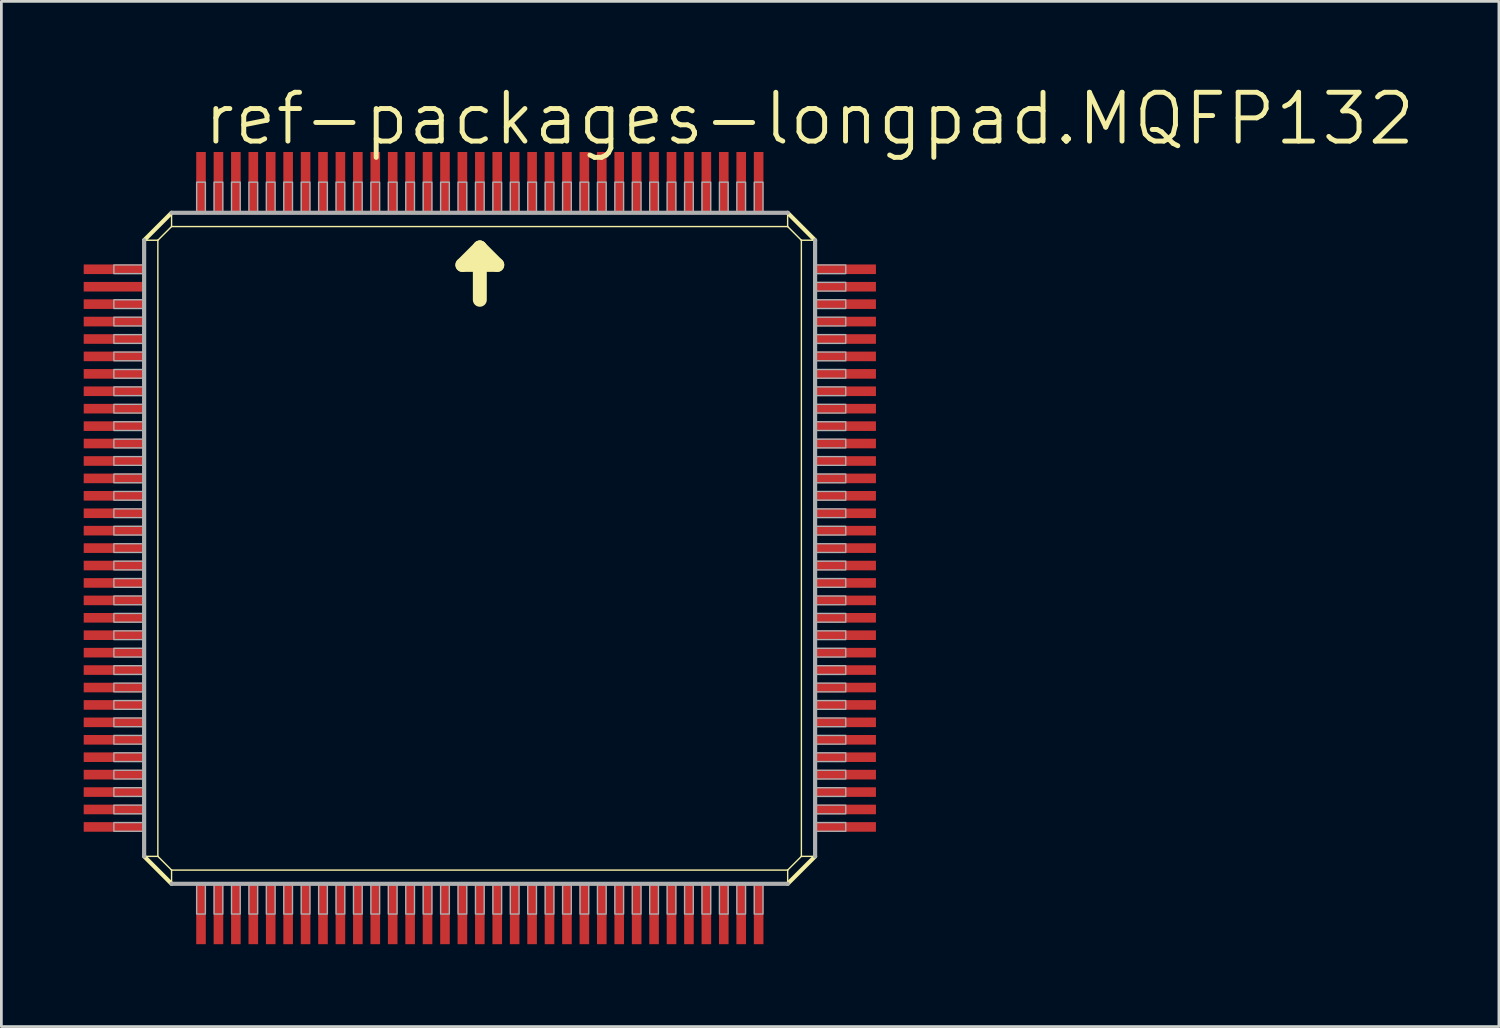
<source format=kicad_pcb>
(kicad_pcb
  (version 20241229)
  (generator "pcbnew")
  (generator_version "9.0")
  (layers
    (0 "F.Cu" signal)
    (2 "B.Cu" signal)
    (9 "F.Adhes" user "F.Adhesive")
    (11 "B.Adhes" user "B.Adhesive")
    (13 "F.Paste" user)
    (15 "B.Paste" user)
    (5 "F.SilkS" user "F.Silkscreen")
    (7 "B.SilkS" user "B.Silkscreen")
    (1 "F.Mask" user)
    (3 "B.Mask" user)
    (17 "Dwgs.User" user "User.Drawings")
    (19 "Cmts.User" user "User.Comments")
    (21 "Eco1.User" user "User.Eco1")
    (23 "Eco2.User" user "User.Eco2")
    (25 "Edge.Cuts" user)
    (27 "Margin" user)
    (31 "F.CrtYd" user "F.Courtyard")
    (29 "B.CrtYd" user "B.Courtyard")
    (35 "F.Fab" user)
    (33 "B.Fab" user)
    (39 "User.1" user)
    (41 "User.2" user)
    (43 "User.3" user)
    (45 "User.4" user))
  (footprint "ref-packages-longpad.MQFP132"
    (layer "F.Cu")
    (at 14.435 16.288)
    (property "Reference" "ref-packages-longpad.MQFP132" (at -10.16 -13.97 0) (layer "F.SilkS") (effects (font (size 1.778 1.778) (thickness 0.18)) (justify left bottom)))
    (attr smd)
    (fp_line (start -12.233 -10.583) (end -11.733 -10.583) (stroke (width 0.051) (type default)) (layer "F.SilkS"))
    (fp_line (start -12.233 -10.583) (end -11.233 -11.583) (stroke (width 0.152) (type default)) (layer "F.SilkS"))
    (fp_line (start -12.233 11.868) (end -11.733 11.868) (stroke (width 0.051) (type default)) (layer "F.SilkS"))
    (fp_line (start -11.733 -10.583) (end -11.233 -11.083) (stroke (width 0.051) (type default)) (layer "F.SilkS"))
    (fp_line (start -11.733 11.868) (end -11.733 -10.583) (stroke (width 0.051) (type default)) (layer "F.SilkS"))
    (fp_line (start -11.233 -11.583) (end -11.233 -11.083) (stroke (width 0.051) (type default)) (layer "F.SilkS"))
    (fp_line (start -11.233 -11.083) (end 11.217 -11.083) (stroke (width 0.051) (type default)) (layer "F.SilkS"))
    (fp_line (start -11.233 12.368) (end -11.733 11.868) (stroke (width 0.051) (type default)) (layer "F.SilkS"))
    (fp_line (start -11.233 12.868) (end -12.233 11.868) (stroke (width 0.152) (type default)) (layer "F.SilkS"))
    (fp_line (start -11.233 12.868) (end -11.233 12.368) (stroke (width 0.051) (type default)) (layer "F.SilkS"))
    (fp_line (start -0.635 -9.684) (end 0 -10.319) (stroke (width 0.508) (type default)) (layer "F.SilkS"))
    (fp_line (start 0 -10.319) (end 0 -8.414) (stroke (width 0.508) (type default)) (layer "F.SilkS"))
    (fp_line (start 0 -10.319) (end 0.635 -9.684) (stroke (width 0.508) (type default)) (layer "F.SilkS"))
    (fp_line (start 0.635 -9.684) (end -0.635 -9.684) (stroke (width 0.508) (type default)) (layer "F.SilkS"))
    (fp_line (start 11.217 -11.583) (end 11.217 -11.083) (stroke (width 0.051) (type default)) (layer "F.SilkS"))
    (fp_line (start 11.217 -11.583) (end 12.217 -10.583) (stroke (width 0.152) (type default)) (layer "F.SilkS"))
    (fp_line (start 11.217 -11.083) (end 11.717 -10.583) (stroke (width 0.051) (type default)) (layer "F.SilkS"))
    (fp_line (start 11.218 12.368) (end -11.233 12.368) (stroke (width 0.051) (type default)) (layer "F.SilkS"))
    (fp_line (start 11.218 12.868) (end 11.218 12.368) (stroke (width 0.051) (type default)) (layer "F.SilkS"))
    (fp_line (start 11.717 -10.583) (end 11.718 11.868) (stroke (width 0.051) (type default)) (layer "F.SilkS"))
    (fp_line (start 11.718 11.868) (end 11.218 12.368) (stroke (width 0.051) (type default)) (layer "F.SilkS"))
    (fp_line (start 12.217 -10.583) (end 11.717 -10.583) (stroke (width 0.051) (type default)) (layer "F.SilkS"))
    (fp_line (start 12.218 11.868) (end 11.218 12.868) (stroke (width 0.152) (type default)) (layer "F.SilkS"))
    (fp_line (start 12.218 11.868) (end 11.718 11.868) (stroke (width 0.051) (type default)) (layer "F.SilkS"))
    (fp_line (start -12.233 11.868) (end -12.233 -10.583) (stroke (width 0.152) (type default)) (layer "F.Fab"))
    (fp_line (start -11.233 -11.583) (end 11.217 -11.583) (stroke (width 0.152) (type default)) (layer "F.Fab"))
    (fp_line (start 11.218 12.868) (end -11.233 12.868) (stroke (width 0.152) (type default)) (layer "F.Fab"))
    (fp_line (start 12.217 -10.583) (end 12.218 11.868) (stroke (width 0.152) (type default)) (layer "F.Fab"))
    (fp_rect (start -13.335 -9.366) (end -12.224 -9.684) (stroke (width 0.05) (type default)) (fill no) (layer "F.Fab"))
    (fp_rect (start -13.335 -8.096) (end -12.224 -8.414) (stroke (width 0.05) (type default)) (fill no) (layer "F.Fab"))
    (fp_rect (start -13.335 -7.461) (end -12.224 -7.779) (stroke (width 0.05) (type default)) (fill no) (layer "F.Fab"))
    (fp_rect (start -13.335 -6.826) (end -12.224 -7.144) (stroke (width 0.05) (type default)) (fill no) (layer "F.Fab"))
    (fp_rect (start -13.335 -6.191) (end -12.224 -6.509) (stroke (width 0.05) (type default)) (fill no) (layer "F.Fab"))
    (fp_rect (start -13.335 -5.556) (end -12.224 -5.874) (stroke (width 0.05) (type default)) (fill no) (layer "F.Fab"))
    (fp_rect (start -13.335 -4.921) (end -12.224 -5.239) (stroke (width 0.05) (type default)) (fill no) (layer "F.Fab"))
    (fp_rect (start -13.335 -4.286) (end -12.224 -4.604) (stroke (width 0.05) (type default)) (fill no) (layer "F.Fab"))
    (fp_rect (start -13.335 -3.651) (end -12.224 -3.969) (stroke (width 0.05) (type default)) (fill no) (layer "F.Fab"))
    (fp_rect (start -13.335 -3.016) (end -12.224 -3.334) (stroke (width 0.05) (type default)) (fill no) (layer "F.Fab"))
    (fp_rect (start -13.335 -2.381) (end -12.224 -2.699) (stroke (width 0.05) (type default)) (fill no) (layer "F.Fab"))
    (fp_rect (start -13.335 -1.746) (end -12.224 -2.064) (stroke (width 0.05) (type default)) (fill no) (layer "F.Fab"))
    (fp_rect (start -13.335 -1.111) (end -12.224 -1.429) (stroke (width 0.05) (type default)) (fill no) (layer "F.Fab"))
    (fp_rect (start -13.335 -0.476) (end -12.224 -0.794) (stroke (width 0.05) (type default)) (fill no) (layer "F.Fab"))
    (fp_rect (start -13.335 0.159) (end -12.224 -0.159) (stroke (width 0.05) (type default)) (fill no) (layer "F.Fab"))
    (fp_rect (start -13.335 0.794) (end -12.224 0.476) (stroke (width 0.05) (type default)) (fill no) (layer "F.Fab"))
    (fp_rect (start -13.335 1.429) (end -12.224 1.111) (stroke (width 0.05) (type default)) (fill no) (layer "F.Fab"))
    (fp_rect (start -13.335 2.064) (end -12.224 1.746) (stroke (width 0.05) (type default)) (fill no) (layer "F.Fab"))
    (fp_rect (start -13.335 2.699) (end -12.224 2.381) (stroke (width 0.05) (type default)) (fill no) (layer "F.Fab"))
    (fp_rect (start -13.335 3.334) (end -12.224 3.016) (stroke (width 0.05) (type default)) (fill no) (layer "F.Fab"))
    (fp_rect (start -13.335 3.969) (end -12.224 3.651) (stroke (width 0.05) (type default)) (fill no) (layer "F.Fab"))
    (fp_rect (start -13.335 4.604) (end -12.224 4.286) (stroke (width 0.05) (type default)) (fill no) (layer "F.Fab"))
    (fp_rect (start -13.335 5.239) (end -12.224 4.921) (stroke (width 0.05) (type default)) (fill no) (layer "F.Fab"))
    (fp_rect (start -13.335 5.874) (end -12.224 5.556) (stroke (width 0.05) (type default)) (fill no) (layer "F.Fab"))
    (fp_rect (start -13.335 6.509) (end -12.224 6.191) (stroke (width 0.05) (type default)) (fill no) (layer "F.Fab"))
    (fp_rect (start -13.335 7.144) (end -12.224 6.826) (stroke (width 0.05) (type default)) (fill no) (layer "F.Fab"))
    (fp_rect (start -13.335 7.779) (end -12.224 7.461) (stroke (width 0.05) (type default)) (fill no) (layer "F.Fab"))
    (fp_rect (start -13.335 8.414) (end -12.224 8.096) (stroke (width 0.05) (type default)) (fill no) (layer "F.Fab"))
    (fp_rect (start -13.335 9.049) (end -12.224 8.731) (stroke (width 0.05) (type default)) (fill no) (layer "F.Fab"))
    (fp_rect (start -13.335 9.684) (end -12.224 9.366) (stroke (width 0.05) (type default)) (fill no) (layer "F.Fab"))
    (fp_rect (start -13.335 10.319) (end -12.224 10.001) (stroke (width 0.05) (type default)) (fill no) (layer "F.Fab"))
    (fp_rect (start -13.335 10.954) (end -12.224 10.636) (stroke (width 0.05) (type default)) (fill no) (layer "F.Fab"))
    (fp_rect (start -10.319 -11.589) (end -10.001 -12.7) (stroke (width 0.05) (type default)) (fill no) (layer "F.Fab"))
    (fp_rect (start -10.319 13.97) (end -10.001 12.859) (stroke (width 0.05) (type default)) (fill no) (layer "F.Fab"))
    (fp_rect (start -9.684 -11.589) (end -9.366 -12.7) (stroke (width 0.05) (type default)) (fill no) (layer "F.Fab"))
    (fp_rect (start -9.684 13.97) (end -9.366 12.859) (stroke (width 0.05) (type default)) (fill no) (layer "F.Fab"))
    (fp_rect (start -9.049 -11.589) (end -8.731 -12.7) (stroke (width 0.05) (type default)) (fill no) (layer "F.Fab"))
    (fp_rect (start -9.049 13.97) (end -8.731 12.859) (stroke (width 0.05) (type default)) (fill no) (layer "F.Fab"))
    (fp_rect (start -8.414 -11.589) (end -8.096 -12.7) (stroke (width 0.05) (type default)) (fill no) (layer "F.Fab"))
    (fp_rect (start -8.414 13.97) (end -8.096 12.859) (stroke (width 0.05) (type default)) (fill no) (layer "F.Fab"))
    (fp_rect (start -7.779 -11.589) (end -7.461 -12.7) (stroke (width 0.05) (type default)) (fill no) (layer "F.Fab"))
    (fp_rect (start -7.779 13.97) (end -7.461 12.859) (stroke (width 0.05) (type default)) (fill no) (layer "F.Fab"))
    (fp_rect (start -7.144 -11.589) (end -6.826 -12.7) (stroke (width 0.05) (type default)) (fill no) (layer "F.Fab"))
    (fp_rect (start -7.144 13.97) (end -6.826 12.859) (stroke (width 0.05) (type default)) (fill no) (layer "F.Fab"))
    (fp_rect (start -6.509 -11.589) (end -6.191 -12.7) (stroke (width 0.05) (type default)) (fill no) (layer "F.Fab"))
    (fp_rect (start -6.509 13.97) (end -6.191 12.859) (stroke (width 0.05) (type default)) (fill no) (layer "F.Fab"))
    (fp_rect (start -5.874 -11.589) (end -5.556 -12.7) (stroke (width 0.05) (type default)) (fill no) (layer "F.Fab"))
    (fp_rect (start -5.874 13.97) (end -5.556 12.859) (stroke (width 0.05) (type default)) (fill no) (layer "F.Fab"))
    (fp_rect (start -5.239 -11.589) (end -4.921 -12.7) (stroke (width 0.05) (type default)) (fill no) (layer "F.Fab"))
    (fp_rect (start -5.239 13.97) (end -4.921 12.859) (stroke (width 0.05) (type default)) (fill no) (layer "F.Fab"))
    (fp_rect (start -4.604 -11.589) (end -4.286 -12.7) (stroke (width 0.05) (type default)) (fill no) (layer "F.Fab"))
    (fp_rect (start -4.604 13.97) (end -4.286 12.859) (stroke (width 0.05) (type default)) (fill no) (layer "F.Fab"))
    (fp_rect (start -3.969 -11.589) (end -3.651 -12.7) (stroke (width 0.05) (type default)) (fill no) (layer "F.Fab"))
    (fp_rect (start -3.969 13.97) (end -3.651 12.859) (stroke (width 0.05) (type default)) (fill no) (layer "F.Fab"))
    (fp_rect (start -3.334 -11.589) (end -3.016 -12.7) (stroke (width 0.05) (type default)) (fill no) (layer "F.Fab"))
    (fp_rect (start -3.334 13.97) (end -3.016 12.859) (stroke (width 0.05) (type default)) (fill no) (layer "F.Fab"))
    (fp_rect (start -2.699 -11.589) (end -2.381 -12.7) (stroke (width 0.05) (type default)) (fill no) (layer "F.Fab"))
    (fp_rect (start -2.699 13.97) (end -2.381 12.859) (stroke (width 0.05) (type default)) (fill no) (layer "F.Fab"))
    (fp_rect (start -2.064 -11.589) (end -1.746 -12.7) (stroke (width 0.05) (type default)) (fill no) (layer "F.Fab"))
    (fp_rect (start -2.064 13.97) (end -1.746 12.859) (stroke (width 0.05) (type default)) (fill no) (layer "F.Fab"))
    (fp_rect (start -1.429 -11.589) (end -1.111 -12.7) (stroke (width 0.05) (type default)) (fill no) (layer "F.Fab"))
    (fp_rect (start -1.429 13.97) (end -1.111 12.859) (stroke (width 0.05) (type default)) (fill no) (layer "F.Fab"))
    (fp_rect (start -0.794 -11.589) (end -0.476 -12.7) (stroke (width 0.05) (type default)) (fill no) (layer "F.Fab"))
    (fp_rect (start -0.794 13.97) (end -0.476 12.859) (stroke (width 0.05) (type default)) (fill no) (layer "F.Fab"))
    (fp_rect (start -0.159 -11.589) (end 0.159 -12.7) (stroke (width 0.05) (type default)) (fill no) (layer "F.Fab"))
    (fp_rect (start -0.159 13.97) (end 0.159 12.859) (stroke (width 0.05) (type default)) (fill no) (layer "F.Fab"))
    (fp_rect (start 0.476 -11.589) (end 0.794 -12.7) (stroke (width 0.05) (type default)) (fill no) (layer "F.Fab"))
    (fp_rect (start 0.476 13.97) (end 0.794 12.859) (stroke (width 0.05) (type default)) (fill no) (layer "F.Fab"))
    (fp_rect (start 1.111 -11.589) (end 1.429 -12.7) (stroke (width 0.05) (type default)) (fill no) (layer "F.Fab"))
    (fp_rect (start 1.111 13.97) (end 1.429 12.859) (stroke (width 0.05) (type default)) (fill no) (layer "F.Fab"))
    (fp_rect (start 1.746 -11.589) (end 2.064 -12.7) (stroke (width 0.05) (type default)) (fill no) (layer "F.Fab"))
    (fp_rect (start 1.746 13.97) (end 2.064 12.859) (stroke (width 0.05) (type default)) (fill no) (layer "F.Fab"))
    (fp_rect (start 2.381 -11.589) (end 2.699 -12.7) (stroke (width 0.05) (type default)) (fill no) (layer "F.Fab"))
    (fp_rect (start 2.381 13.97) (end 2.699 12.859) (stroke (width 0.05) (type default)) (fill no) (layer "F.Fab"))
    (fp_rect (start 3.016 -11.589) (end 3.334 -12.7) (stroke (width 0.05) (type default)) (fill no) (layer "F.Fab"))
    (fp_rect (start 3.016 13.97) (end 3.334 12.859) (stroke (width 0.05) (type default)) (fill no) (layer "F.Fab"))
    (fp_rect (start 3.651 -11.589) (end 3.969 -12.7) (stroke (width 0.05) (type default)) (fill no) (layer "F.Fab"))
    (fp_rect (start 3.651 13.97) (end 3.969 12.859) (stroke (width 0.05) (type default)) (fill no) (layer "F.Fab"))
    (fp_rect (start 4.286 -11.589) (end 4.604 -12.7) (stroke (width 0.05) (type default)) (fill no) (layer "F.Fab"))
    (fp_rect (start 4.286 13.97) (end 4.604 12.859) (stroke (width 0.05) (type default)) (fill no) (layer "F.Fab"))
    (fp_rect (start 4.921 -11.589) (end 5.239 -12.7) (stroke (width 0.05) (type default)) (fill no) (layer "F.Fab"))
    (fp_rect (start 4.921 13.97) (end 5.239 12.859) (stroke (width 0.05) (type default)) (fill no) (layer "F.Fab"))
    (fp_rect (start 5.556 -11.589) (end 5.874 -12.7) (stroke (width 0.05) (type default)) (fill no) (layer "F.Fab"))
    (fp_rect (start 5.556 13.97) (end 5.874 12.859) (stroke (width 0.05) (type default)) (fill no) (layer "F.Fab"))
    (fp_rect (start 6.191 -11.589) (end 6.509 -12.7) (stroke (width 0.05) (type default)) (fill no) (layer "F.Fab"))
    (fp_rect (start 6.191 13.97) (end 6.509 12.859) (stroke (width 0.05) (type default)) (fill no) (layer "F.Fab"))
    (fp_rect (start 6.826 -11.589) (end 7.144 -12.7) (stroke (width 0.05) (type default)) (fill no) (layer "F.Fab"))
    (fp_rect (start 6.826 13.97) (end 7.144 12.859) (stroke (width 0.05) (type default)) (fill no) (layer "F.Fab"))
    (fp_rect (start 7.461 -11.589) (end 7.779 -12.7) (stroke (width 0.05) (type default)) (fill no) (layer "F.Fab"))
    (fp_rect (start 7.461 13.97) (end 7.779 12.859) (stroke (width 0.05) (type default)) (fill no) (layer "F.Fab"))
    (fp_rect (start 8.096 -11.589) (end 8.414 -12.7) (stroke (width 0.05) (type default)) (fill no) (layer "F.Fab"))
    (fp_rect (start 8.096 13.97) (end 8.414 12.859) (stroke (width 0.05) (type default)) (fill no) (layer "F.Fab"))
    (fp_rect (start 8.731 -11.589) (end 9.049 -12.7) (stroke (width 0.05) (type default)) (fill no) (layer "F.Fab"))
    (fp_rect (start 8.731 13.97) (end 9.049 12.859) (stroke (width 0.05) (type default)) (fill no) (layer "F.Fab"))
    (fp_rect (start 9.366 -11.589) (end 9.684 -12.7) (stroke (width 0.05) (type default)) (fill no) (layer "F.Fab"))
    (fp_rect (start 9.366 13.97) (end 9.684 12.859) (stroke (width 0.05) (type default)) (fill no) (layer "F.Fab"))
    (fp_rect (start 10.001 -11.589) (end 10.319 -12.7) (stroke (width 0.05) (type default)) (fill no) (layer "F.Fab"))
    (fp_rect (start 10.001 13.97) (end 10.319 12.859) (stroke (width 0.05) (type default)) (fill no) (layer "F.Fab"))
    (fp_rect (start 12.224 -9.366) (end 13.335 -9.684) (stroke (width 0.05) (type default)) (fill no) (layer "F.Fab"))
    (fp_rect (start 12.224 -8.731) (end 13.335 -9.049) (stroke (width 0.05) (type default)) (fill no) (layer "F.Fab"))
    (fp_rect (start 12.224 -8.096) (end 13.335 -8.414) (stroke (width 0.05) (type default)) (fill no) (layer "F.Fab"))
    (fp_rect (start 12.224 -7.461) (end 13.335 -7.779) (stroke (width 0.05) (type default)) (fill no) (layer "F.Fab"))
    (fp_rect (start 12.224 -6.826) (end 13.335 -7.144) (stroke (width 0.05) (type default)) (fill no) (layer "F.Fab"))
    (fp_rect (start 12.224 -6.191) (end 13.335 -6.509) (stroke (width 0.05) (type default)) (fill no) (layer "F.Fab"))
    (fp_rect (start 12.224 -5.556) (end 13.335 -5.874) (stroke (width 0.05) (type default)) (fill no) (layer "F.Fab"))
    (fp_rect (start 12.224 -4.921) (end 13.335 -5.239) (stroke (width 0.05) (type default)) (fill no) (layer "F.Fab"))
    (fp_rect (start 12.224 -4.286) (end 13.335 -4.604) (stroke (width 0.05) (type default)) (fill no) (layer "F.Fab"))
    (fp_rect (start 12.224 -3.651) (end 13.335 -3.969) (stroke (width 0.05) (type default)) (fill no) (layer "F.Fab"))
    (fp_rect (start 12.224 -3.016) (end 13.335 -3.334) (stroke (width 0.05) (type default)) (fill no) (layer "F.Fab"))
    (fp_rect (start 12.224 -2.381) (end 13.335 -2.699) (stroke (width 0.05) (type default)) (fill no) (layer "F.Fab"))
    (fp_rect (start 12.224 -1.746) (end 13.335 -2.064) (stroke (width 0.05) (type default)) (fill no) (layer "F.Fab"))
    (fp_rect (start 12.224 -1.111) (end 13.335 -1.429) (stroke (width 0.05) (type default)) (fill no) (layer "F.Fab"))
    (fp_rect (start 12.224 -0.476) (end 13.335 -0.794) (stroke (width 0.05) (type default)) (fill no) (layer "F.Fab"))
    (fp_rect (start 12.224 0.159) (end 13.335 -0.159) (stroke (width 0.05) (type default)) (fill no) (layer "F.Fab"))
    (fp_rect (start 12.224 0.794) (end 13.335 0.476) (stroke (width 0.05) (type default)) (fill no) (layer "F.Fab"))
    (fp_rect (start 12.224 1.429) (end 13.335 1.111) (stroke (width 0.05) (type default)) (fill no) (layer "F.Fab"))
    (fp_rect (start 12.224 2.064) (end 13.335 1.746) (stroke (width 0.05) (type default)) (fill no) (layer "F.Fab"))
    (fp_rect (start 12.224 2.699) (end 13.335 2.381) (stroke (width 0.05) (type default)) (fill no) (layer "F.Fab"))
    (fp_rect (start 12.224 3.334) (end 13.335 3.016) (stroke (width 0.05) (type default)) (fill no) (layer "F.Fab"))
    (fp_rect (start 12.224 3.969) (end 13.335 3.651) (stroke (width 0.05) (type default)) (fill no) (layer "F.Fab"))
    (fp_rect (start 12.224 4.604) (end 13.335 4.286) (stroke (width 0.05) (type default)) (fill no) (layer "F.Fab"))
    (fp_rect (start 12.224 5.239) (end 13.335 4.921) (stroke (width 0.05) (type default)) (fill no) (layer "F.Fab"))
    (fp_rect (start 12.224 5.874) (end 13.335 5.556) (stroke (width 0.05) (type default)) (fill no) (layer "F.Fab"))
    (fp_rect (start 12.224 6.509) (end 13.335 6.191) (stroke (width 0.05) (type default)) (fill no) (layer "F.Fab"))
    (fp_rect (start 12.224 7.144) (end 13.335 6.826) (stroke (width 0.05) (type default)) (fill no) (layer "F.Fab"))
    (fp_rect (start 12.224 7.779) (end 13.335 7.461) (stroke (width 0.05) (type default)) (fill no) (layer "F.Fab"))
    (fp_rect (start 12.224 8.414) (end 13.335 8.096) (stroke (width 0.05) (type default)) (fill no) (layer "F.Fab"))
    (fp_rect (start 12.224 9.049) (end 13.335 8.731) (stroke (width 0.05) (type default)) (fill no) (layer "F.Fab"))
    (fp_rect (start 12.224 9.684) (end 13.335 9.366) (stroke (width 0.05) (type default)) (fill no) (layer "F.Fab"))
    (fp_rect (start 12.224 10.319) (end 13.335 10.001) (stroke (width 0.05) (type default)) (fill no) (layer "F.Fab"))
    (fp_rect (start 12.224 10.954) (end 13.335 10.636) (stroke (width 0.05) (type default)) (fill no) (layer "F.Fab"))
    (pad "1" smd roundrect (at 0 -12.7) (size 0.35 2.2) (layers "F.Cu" "F.Mask" "F.Paste") (roundrect_rratio 0.01))
    (pad "2" smd roundrect (at -0.635 -12.7) (size 0.35 2.2) (layers "F.Cu" "F.Mask" "F.Paste") (roundrect_rratio 0.01))
    (pad "3" smd roundrect (at -1.27 -12.7) (size 0.35 2.2) (layers "F.Cu" "F.Mask" "F.Paste") (roundrect_rratio 0.01))
    (pad "4" smd roundrect (at -1.905 -12.7) (size 0.35 2.2) (layers "F.Cu" "F.Mask" "F.Paste") (roundrect_rratio 0.01))
    (pad "5" smd roundrect (at -2.54 -12.7) (size 0.35 2.2) (layers "F.Cu" "F.Mask" "F.Paste") (roundrect_rratio 0.01))
    (pad "6" smd roundrect (at -3.175 -12.7) (size 0.35 2.2) (layers "F.Cu" "F.Mask" "F.Paste") (roundrect_rratio 0.01))
    (pad "7" smd roundrect (at -3.81 -12.7) (size 0.35 2.2) (layers "F.Cu" "F.Mask" "F.Paste") (roundrect_rratio 0.01))
    (pad "8" smd roundrect (at -4.445 -12.7) (size 0.35 2.2) (layers "F.Cu" "F.Mask" "F.Paste") (roundrect_rratio 0.01))
    (pad "9" smd roundrect (at -5.08 -12.7) (size 0.35 2.2) (layers "F.Cu" "F.Mask" "F.Paste") (roundrect_rratio 0.01))
    (pad "10" smd roundrect (at -5.715 -12.7) (size 0.35 2.2) (layers "F.Cu" "F.Mask" "F.Paste") (roundrect_rratio 0.01))
    (pad "11" smd roundrect (at -6.35 -12.7) (size 0.35 2.2) (layers "F.Cu" "F.Mask" "F.Paste") (roundrect_rratio 0.01))
    (pad "12" smd roundrect (at -6.985 -12.7) (size 0.35 2.2) (layers "F.Cu" "F.Mask" "F.Paste") (roundrect_rratio 0.01))
    (pad "13" smd roundrect (at -7.62 -12.7) (size 0.35 2.2) (layers "F.Cu" "F.Mask" "F.Paste") (roundrect_rratio 0.01))
    (pad "14" smd roundrect (at -8.255 -12.7) (size 0.35 2.2) (layers "F.Cu" "F.Mask" "F.Paste") (roundrect_rratio 0.01))
    (pad "15" smd roundrect (at -8.89 -12.7) (size 0.35 2.2) (layers "F.Cu" "F.Mask" "F.Paste") (roundrect_rratio 0.01))
    (pad "16" smd roundrect (at -9.525 -12.7) (size 0.35 2.2) (layers "F.Cu" "F.Mask" "F.Paste") (roundrect_rratio 0.01))
    (pad "17" smd roundrect (at -10.16 -12.7) (size 0.35 2.2) (layers "F.Cu" "F.Mask" "F.Paste") (roundrect_rratio 0.01))
    (pad "18" smd roundrect (at -13.335 -9.525) (size 2.2 0.35) (layers "F.Cu" "F.Mask" "F.Paste") (roundrect_rratio 0.01))
    (pad "19" smd roundrect (at -13.335 -8.89) (size 2.2 0.35) (layers "F.Cu" "F.Mask" "F.Paste") (roundrect_rratio 0.01))
    (pad "20" smd roundrect (at -13.335 -8.255) (size 2.2 0.35) (layers "F.Cu" "F.Mask" "F.Paste") (roundrect_rratio 0.01))
    (pad "21" smd roundrect (at -13.335 -7.62) (size 2.2 0.35) (layers "F.Cu" "F.Mask" "F.Paste") (roundrect_rratio 0.01))
    (pad "22" smd roundrect (at -13.335 -6.985) (size 2.2 0.35) (layers "F.Cu" "F.Mask" "F.Paste") (roundrect_rratio 0.01))
    (pad "23" smd roundrect (at -13.335 -6.35) (size 2.2 0.35) (layers "F.Cu" "F.Mask" "F.Paste") (roundrect_rratio 0.01))
    (pad "24" smd roundrect (at -13.335 -5.715) (size 2.2 0.35) (layers "F.Cu" "F.Mask" "F.Paste") (roundrect_rratio 0.01))
    (pad "25" smd roundrect (at -13.335 -5.08) (size 2.2 0.35) (layers "F.Cu" "F.Mask" "F.Paste") (roundrect_rratio 0.01))
    (pad "26" smd roundrect (at -13.335 -4.445) (size 2.2 0.35) (layers "F.Cu" "F.Mask" "F.Paste") (roundrect_rratio 0.01))
    (pad "27" smd roundrect (at -13.335 -3.81) (size 2.2 0.35) (layers "F.Cu" "F.Mask" "F.Paste") (roundrect_rratio 0.01))
    (pad "28" smd roundrect (at -13.335 -3.175) (size 2.2 0.35) (layers "F.Cu" "F.Mask" "F.Paste") (roundrect_rratio 0.01))
    (pad "29" smd roundrect (at -13.335 -2.54) (size 2.2 0.35) (layers "F.Cu" "F.Mask" "F.Paste") (roundrect_rratio 0.01))
    (pad "30" smd roundrect (at -13.335 -1.905) (size 2.2 0.35) (layers "F.Cu" "F.Mask" "F.Paste") (roundrect_rratio 0.01))
    (pad "31" smd roundrect (at -13.335 -1.27) (size 2.2 0.35) (layers "F.Cu" "F.Mask" "F.Paste") (roundrect_rratio 0.01))
    (pad "32" smd roundrect (at -13.335 -0.635) (size 2.2 0.35) (layers "F.Cu" "F.Mask" "F.Paste") (roundrect_rratio 0.01))
    (pad "33" smd roundrect (at -13.335 0) (size 2.2 0.35) (layers "F.Cu" "F.Mask" "F.Paste") (roundrect_rratio 0.01))
    (pad "34" smd roundrect (at -13.335 0.635) (size 2.2 0.35) (layers "F.Cu" "F.Mask" "F.Paste") (roundrect_rratio 0.01))
    (pad "35" smd roundrect (at -13.335 1.27) (size 2.2 0.35) (layers "F.Cu" "F.Mask" "F.Paste") (roundrect_rratio 0.01))
    (pad "36" smd roundrect (at -13.335 1.905) (size 2.2 0.35) (layers "F.Cu" "F.Mask" "F.Paste") (roundrect_rratio 0.01))
    (pad "37" smd roundrect (at -13.335 2.54) (size 2.2 0.35) (layers "F.Cu" "F.Mask" "F.Paste") (roundrect_rratio 0.01))
    (pad "38" smd roundrect (at -13.335 3.175) (size 2.2 0.35) (layers "F.Cu" "F.Mask" "F.Paste") (roundrect_rratio 0.01))
    (pad "39" smd roundrect (at -13.335 3.81) (size 2.2 0.35) (layers "F.Cu" "F.Mask" "F.Paste") (roundrect_rratio 0.01))
    (pad "40" smd roundrect (at -13.335 4.445) (size 2.2 0.35) (layers "F.Cu" "F.Mask" "F.Paste") (roundrect_rratio 0.01))
    (pad "41" smd roundrect (at -13.335 5.08) (size 2.2 0.35) (layers "F.Cu" "F.Mask" "F.Paste") (roundrect_rratio 0.01))
    (pad "42" smd roundrect (at -13.335 5.715) (size 2.2 0.35) (layers "F.Cu" "F.Mask" "F.Paste") (roundrect_rratio 0.01))
    (pad "43" smd roundrect (at -13.335 6.35) (size 2.2 0.35) (layers "F.Cu" "F.Mask" "F.Paste") (roundrect_rratio 0.01))
    (pad "44" smd roundrect (at -13.335 6.985) (size 2.2 0.35) (layers "F.Cu" "F.Mask" "F.Paste") (roundrect_rratio 0.01))
    (pad "45" smd roundrect (at -13.335 7.62) (size 2.2 0.35) (layers "F.Cu" "F.Mask" "F.Paste") (roundrect_rratio 0.01))
    (pad "46" smd roundrect (at -13.335 8.255) (size 2.2 0.35) (layers "F.Cu" "F.Mask" "F.Paste") (roundrect_rratio 0.01))
    (pad "47" smd roundrect (at -13.335 8.89) (size 2.2 0.35) (layers "F.Cu" "F.Mask" "F.Paste") (roundrect_rratio 0.01))
    (pad "48" smd roundrect (at -13.335 9.525) (size 2.2 0.35) (layers "F.Cu" "F.Mask" "F.Paste") (roundrect_rratio 0.01))
    (pad "49" smd roundrect (at -13.335 10.16) (size 2.2 0.35) (layers "F.Cu" "F.Mask" "F.Paste") (roundrect_rratio 0.01))
    (pad "50" smd roundrect (at -13.335 10.795) (size 2.2 0.35) (layers "F.Cu" "F.Mask" "F.Paste") (roundrect_rratio 0.01))
    (pad "51" smd roundrect (at -10.16 13.97) (size 0.35 2.2) (layers "F.Cu" "F.Mask" "F.Paste") (roundrect_rratio 0.01))
    (pad "52" smd roundrect (at -9.525 13.97) (size 0.35 2.2) (layers "F.Cu" "F.Mask" "F.Paste") (roundrect_rratio 0.01))
    (pad "53" smd roundrect (at -8.89 13.97) (size 0.35 2.2) (layers "F.Cu" "F.Mask" "F.Paste") (roundrect_rratio 0.01))
    (pad "54" smd roundrect (at -8.255 13.97) (size 0.35 2.2) (layers "F.Cu" "F.Mask" "F.Paste") (roundrect_rratio 0.01))
    (pad "55" smd roundrect (at -7.62 13.97) (size 0.35 2.2) (layers "F.Cu" "F.Mask" "F.Paste") (roundrect_rratio 0.01))
    (pad "56" smd roundrect (at -6.985 13.97) (size 0.35 2.2) (layers "F.Cu" "F.Mask" "F.Paste") (roundrect_rratio 0.01))
    (pad "57" smd roundrect (at -6.35 13.97) (size 0.35 2.2) (layers "F.Cu" "F.Mask" "F.Paste") (roundrect_rratio 0.01))
    (pad "58" smd roundrect (at -5.715 13.97) (size 0.35 2.2) (layers "F.Cu" "F.Mask" "F.Paste") (roundrect_rratio 0.01))
    (pad "59" smd roundrect (at -5.08 13.97) (size 0.35 2.2) (layers "F.Cu" "F.Mask" "F.Paste") (roundrect_rratio 0.01))
    (pad "60" smd roundrect (at -4.445 13.97) (size 0.35 2.2) (layers "F.Cu" "F.Mask" "F.Paste") (roundrect_rratio 0.01))
    (pad "61" smd roundrect (at -3.81 13.97) (size 0.35 2.2) (layers "F.Cu" "F.Mask" "F.Paste") (roundrect_rratio 0.01))
    (pad "62" smd roundrect (at -3.175 13.97) (size 0.35 2.2) (layers "F.Cu" "F.Mask" "F.Paste") (roundrect_rratio 0.01))
    (pad "63" smd roundrect (at -2.54 13.97) (size 0.35 2.2) (layers "F.Cu" "F.Mask" "F.Paste") (roundrect_rratio 0.01))
    (pad "64" smd roundrect (at -1.905 13.97) (size 0.35 2.2) (layers "F.Cu" "F.Mask" "F.Paste") (roundrect_rratio 0.01))
    (pad "65" smd roundrect (at -1.27 13.97) (size 0.35 2.2) (layers "F.Cu" "F.Mask" "F.Paste") (roundrect_rratio 0.01))
    (pad "66" smd roundrect (at -0.635 13.97) (size 0.35 2.2) (layers "F.Cu" "F.Mask" "F.Paste") (roundrect_rratio 0.01))
    (pad "67" smd roundrect (at 0 13.97) (size 0.35 2.2) (layers "F.Cu" "F.Mask" "F.Paste") (roundrect_rratio 0.01))
    (pad "68" smd roundrect (at 0.635 13.97) (size 0.35 2.2) (layers "F.Cu" "F.Mask" "F.Paste") (roundrect_rratio 0.01))
    (pad "69" smd roundrect (at 1.27 13.97) (size 0.35 2.2) (layers "F.Cu" "F.Mask" "F.Paste") (roundrect_rratio 0.01))
    (pad "70" smd roundrect (at 1.905 13.97) (size 0.35 2.2) (layers "F.Cu" "F.Mask" "F.Paste") (roundrect_rratio 0.01))
    (pad "71" smd roundrect (at 2.54 13.97) (size 0.35 2.2) (layers "F.Cu" "F.Mask" "F.Paste") (roundrect_rratio 0.01))
    (pad "72" smd roundrect (at 3.175 13.97) (size 0.35 2.2) (layers "F.Cu" "F.Mask" "F.Paste") (roundrect_rratio 0.01))
    (pad "73" smd roundrect (at 3.81 13.97) (size 0.35 2.2) (layers "F.Cu" "F.Mask" "F.Paste") (roundrect_rratio 0.01))
    (pad "74" smd roundrect (at 4.445 13.97) (size 0.35 2.2) (layers "F.Cu" "F.Mask" "F.Paste") (roundrect_rratio 0.01))
    (pad "75" smd roundrect (at 5.08 13.97) (size 0.35 2.2) (layers "F.Cu" "F.Mask" "F.Paste") (roundrect_rratio 0.01))
    (pad "76" smd roundrect (at 5.715 13.97) (size 0.35 2.2) (layers "F.Cu" "F.Mask" "F.Paste") (roundrect_rratio 0.01))
    (pad "77" smd roundrect (at 6.35 13.97) (size 0.35 2.2) (layers "F.Cu" "F.Mask" "F.Paste") (roundrect_rratio 0.01))
    (pad "78" smd roundrect (at 6.985 13.97) (size 0.35 2.2) (layers "F.Cu" "F.Mask" "F.Paste") (roundrect_rratio 0.01))
    (pad "79" smd roundrect (at 7.62 13.97) (size 0.35 2.2) (layers "F.Cu" "F.Mask" "F.Paste") (roundrect_rratio 0.01))
    (pad "80" smd roundrect (at 8.255 13.97) (size 0.35 2.2) (layers "F.Cu" "F.Mask" "F.Paste") (roundrect_rratio 0.01))
    (pad "81" smd roundrect (at 8.89 13.97) (size 0.35 2.2) (layers "F.Cu" "F.Mask" "F.Paste") (roundrect_rratio 0.01))
    (pad "82" smd roundrect (at 9.525 13.97) (size 0.35 2.2) (layers "F.Cu" "F.Mask" "F.Paste") (roundrect_rratio 0.01))
    (pad "83" smd roundrect (at 10.16 13.97) (size 0.35 2.2) (layers "F.Cu" "F.Mask" "F.Paste") (roundrect_rratio 0.01))
    (pad "84" smd roundrect (at 13.335 10.795) (size 2.2 0.35) (layers "F.Cu" "F.Mask" "F.Paste") (roundrect_rratio 0.01))
    (pad "85" smd roundrect (at 13.335 10.16) (size 2.2 0.35) (layers "F.Cu" "F.Mask" "F.Paste") (roundrect_rratio 0.01))
    (pad "86" smd roundrect (at 13.335 9.525) (size 2.2 0.35) (layers "F.Cu" "F.Mask" "F.Paste") (roundrect_rratio 0.01))
    (pad "87" smd roundrect (at 13.335 8.89) (size 2.2 0.35) (layers "F.Cu" "F.Mask" "F.Paste") (roundrect_rratio 0.01))
    (pad "88" smd roundrect (at 13.335 8.255) (size 2.2 0.35) (layers "F.Cu" "F.Mask" "F.Paste") (roundrect_rratio 0.01))
    (pad "89" smd roundrect (at 13.335 7.62) (size 2.2 0.35) (layers "F.Cu" "F.Mask" "F.Paste") (roundrect_rratio 0.01))
    (pad "90" smd roundrect (at 13.335 6.985) (size 2.2 0.35) (layers "F.Cu" "F.Mask" "F.Paste") (roundrect_rratio 0.01))
    (pad "91" smd roundrect (at 13.335 6.35) (size 2.2 0.35) (layers "F.Cu" "F.Mask" "F.Paste") (roundrect_rratio 0.01))
    (pad "92" smd roundrect (at 13.335 5.715) (size 2.2 0.35) (layers "F.Cu" "F.Mask" "F.Paste") (roundrect_rratio 0.01))
    (pad "93" smd roundrect (at 13.335 5.08) (size 2.2 0.35) (layers "F.Cu" "F.Mask" "F.Paste") (roundrect_rratio 0.01))
    (pad "94" smd roundrect (at 13.335 4.445) (size 2.2 0.35) (layers "F.Cu" "F.Mask" "F.Paste") (roundrect_rratio 0.01))
    (pad "95" smd roundrect (at 13.335 3.81) (size 2.2 0.35) (layers "F.Cu" "F.Mask" "F.Paste") (roundrect_rratio 0.01))
    (pad "96" smd roundrect (at 13.335 3.175) (size 2.2 0.35) (layers "F.Cu" "F.Mask" "F.Paste") (roundrect_rratio 0.01))
    (pad "97" smd roundrect (at 13.335 2.54) (size 2.2 0.35) (layers "F.Cu" "F.Mask" "F.Paste") (roundrect_rratio 0.01))
    (pad "98" smd roundrect (at 13.335 1.905) (size 2.2 0.35) (layers "F.Cu" "F.Mask" "F.Paste") (roundrect_rratio 0.01))
    (pad "99" smd roundrect (at 13.335 1.27) (size 2.2 0.35) (layers "F.Cu" "F.Mask" "F.Paste") (roundrect_rratio 0.01))
    (pad "100" smd roundrect (at 13.335 0.635) (size 2.2 0.35) (layers "F.Cu" "F.Mask" "F.Paste") (roundrect_rratio 0.01))
    (pad "101" smd roundrect (at 13.335 0) (size 2.2 0.35) (layers "F.Cu" "F.Mask" "F.Paste") (roundrect_rratio 0.01))
    (pad "102" smd roundrect (at 13.335 -0.635) (size 2.2 0.35) (layers "F.Cu" "F.Mask" "F.Paste") (roundrect_rratio 0.01))
    (pad "103" smd roundrect (at 13.335 -1.27) (size 2.2 0.35) (layers "F.Cu" "F.Mask" "F.Paste") (roundrect_rratio 0.01))
    (pad "104" smd roundrect (at 13.335 -1.905) (size 2.2 0.35) (layers "F.Cu" "F.Mask" "F.Paste") (roundrect_rratio 0.01))
    (pad "105" smd roundrect (at 13.335 -2.54) (size 2.2 0.35) (layers "F.Cu" "F.Mask" "F.Paste") (roundrect_rratio 0.01))
    (pad "106" smd roundrect (at 13.335 -3.175) (size 2.2 0.35) (layers "F.Cu" "F.Mask" "F.Paste") (roundrect_rratio 0.01))
    (pad "107" smd roundrect (at 13.335 -3.81) (size 2.2 0.35) (layers "F.Cu" "F.Mask" "F.Paste") (roundrect_rratio 0.01))
    (pad "108" smd roundrect (at 13.335 -4.445) (size 2.2 0.35) (layers "F.Cu" "F.Mask" "F.Paste") (roundrect_rratio 0.01))
    (pad "109" smd roundrect (at 13.335 -5.08) (size 2.2 0.35) (layers "F.Cu" "F.Mask" "F.Paste") (roundrect_rratio 0.01))
    (pad "110" smd roundrect (at 13.335 -5.715) (size 2.2 0.35) (layers "F.Cu" "F.Mask" "F.Paste") (roundrect_rratio 0.01))
    (pad "111" smd roundrect (at 13.335 -6.35) (size 2.2 0.35) (layers "F.Cu" "F.Mask" "F.Paste") (roundrect_rratio 0.01))
    (pad "112" smd roundrect (at 13.335 -6.985) (size 2.2 0.35) (layers "F.Cu" "F.Mask" "F.Paste") (roundrect_rratio 0.01))
    (pad "113" smd roundrect (at 13.335 -7.62) (size 2.2 0.35) (layers "F.Cu" "F.Mask" "F.Paste") (roundrect_rratio 0.01))
    (pad "114" smd roundrect (at 13.335 -8.255) (size 2.2 0.35) (layers "F.Cu" "F.Mask" "F.Paste") (roundrect_rratio 0.01))
    (pad "115" smd roundrect (at 13.335 -8.89) (size 2.2 0.35) (layers "F.Cu" "F.Mask" "F.Paste") (roundrect_rratio 0.01))
    (pad "116" smd roundrect (at 13.335 -9.525) (size 2.2 0.35) (layers "F.Cu" "F.Mask" "F.Paste") (roundrect_rratio 0.01))
    (pad "117" smd roundrect (at 10.16 -12.7) (size 0.35 2.2) (layers "F.Cu" "F.Mask" "F.Paste") (roundrect_rratio 0.01))
    (pad "118" smd roundrect (at 9.525 -12.7) (size 0.35 2.2) (layers "F.Cu" "F.Mask" "F.Paste") (roundrect_rratio 0.01))
    (pad "119" smd roundrect (at 8.89 -12.7) (size 0.35 2.2) (layers "F.Cu" "F.Mask" "F.Paste") (roundrect_rratio 0.01))
    (pad "120" smd roundrect (at 8.255 -12.7) (size 0.35 2.2) (layers "F.Cu" "F.Mask" "F.Paste") (roundrect_rratio 0.01))
    (pad "121" smd roundrect (at 7.62 -12.7) (size 0.35 2.2) (layers "F.Cu" "F.Mask" "F.Paste") (roundrect_rratio 0.01))
    (pad "122" smd roundrect (at 6.985 -12.7) (size 0.35 2.2) (layers "F.Cu" "F.Mask" "F.Paste") (roundrect_rratio 0.01))
    (pad "123" smd roundrect (at 6.35 -12.7) (size 0.35 2.2) (layers "F.Cu" "F.Mask" "F.Paste") (roundrect_rratio 0.01))
    (pad "124" smd roundrect (at 5.715 -12.7) (size 0.35 2.2) (layers "F.Cu" "F.Mask" "F.Paste") (roundrect_rratio 0.01))
    (pad "125" smd roundrect (at 5.08 -12.7) (size 0.35 2.2) (layers "F.Cu" "F.Mask" "F.Paste") (roundrect_rratio 0.01))
    (pad "126" smd roundrect (at 4.445 -12.7) (size 0.35 2.2) (layers "F.Cu" "F.Mask" "F.Paste") (roundrect_rratio 0.01))
    (pad "127" smd roundrect (at 3.81 -12.7) (size 0.35 2.2) (layers "F.Cu" "F.Mask" "F.Paste") (roundrect_rratio 0.01))
    (pad "128" smd roundrect (at 3.175 -12.7) (size 0.35 2.2) (layers "F.Cu" "F.Mask" "F.Paste") (roundrect_rratio 0.01))
    (pad "129" smd roundrect (at 2.54 -12.7) (size 0.35 2.2) (layers "F.Cu" "F.Mask" "F.Paste") (roundrect_rratio 0.01))
    (pad "130" smd roundrect (at 1.905 -12.7) (size 0.35 2.2) (layers "F.Cu" "F.Mask" "F.Paste") (roundrect_rratio 0.01))
    (pad "131" smd roundrect (at 1.27 -12.7) (size 0.35 2.2) (layers "F.Cu" "F.Mask" "F.Paste") (roundrect_rratio 0.01))
    (pad "132" smd roundrect (at 0.635 -12.7) (size 0.35 2.2) (layers "F.Cu" "F.Mask" "F.Paste") (roundrect_rratio 0.01)))
  (gr_rect
    (start -3 -3)
    (end 51.571 34.358)
    (stroke (width 0.1) (type default))
    (fill no)
    (layer "Edge.Cuts")))
</source>
